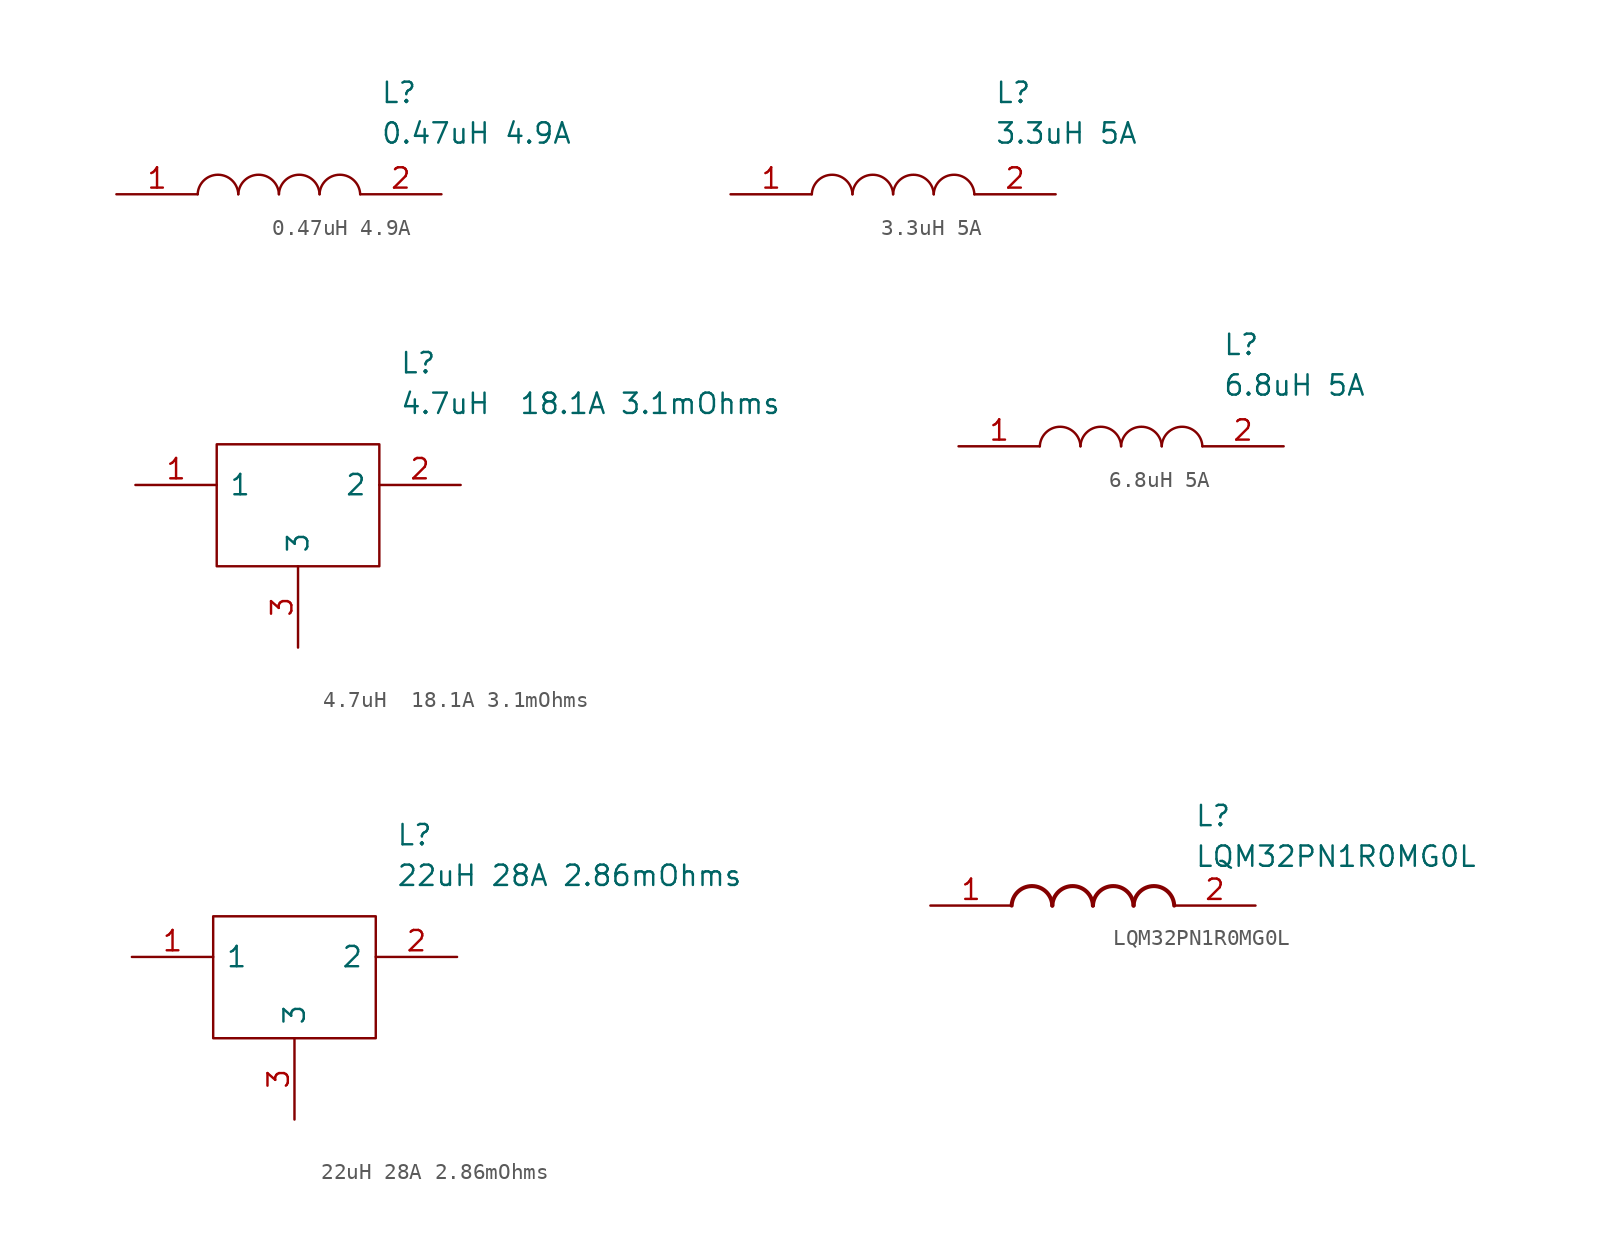
<source format=kicad_sym>
(kicad_symbol_lib
  (version 20220914)
  (generator kicad_symbol_editor)
  (symbol "0.47uH 4.9A"
    (pin_names
      (offset 0.762))
    (property "Reference" "L"
      (at 16.51 6.35 0)
      (effects (font (size 1.27 1.27)) (justify left)))
    (property "Value" "0.47uH 4.9A"
      (at 16.51 3.81 0)
      (effects (font (size 1.27 1.27)) (justify left)))
    (symbol "0.47uH 4.9A_0_0"
      (pin passive line (at 0 0 0) (length 5.08) (name "~" (effects (font (size 1.27 1.27)))) (number "1" (effects (font (size 1.27 1.27)))))
      (pin passive line (at 20.32 0 180) (length 5.08) (name "~" (effects (font (size 1.27 1.27)))) (number "2" (effects (font (size 1.27 1.27))))))
    (symbol "0.47uH 4.9A_0_1"
      (arc (start 7.62 0) (mid 6.35 1.2202) (end 5.08 0) (stroke (width 0.1524) (type default)) (fill (type none)))
      (arc (start 10.16 0) (mid 8.89 1.2202) (end 7.62 0) (stroke (width 0.1524) (type default)) (fill (type none)))
      (arc (start 12.7 0) (mid 11.43 1.2202) (end 10.16 0) (stroke (width 0.1524) (type default)) (fill (type none)))
      (arc (start 15.24 0) (mid 13.97 1.2202) (end 12.7 0) (stroke (width 0.1524) (type default)) (fill (type none)))))
  (symbol "3.3uH 5A"
    (pin_names
      (offset 0.762))
    (property "Reference" "L"
      (at 16.51 6.35 0)
      (effects (font (size 1.27 1.27)) (justify left)))
    (property "Value" "3.3uH 5A"
      (at 16.51 3.81 0)
      (effects (font (size 1.27 1.27)) (justify left)))
    (symbol "3.3uH 5A_0_0"
      (pin passive line (at 0 0 0) (length 5.08) (name "~" (effects (font (size 1.27 1.27)))) (number "1" (effects (font (size 1.27 1.27)))))
      (pin passive line (at 20.32 0 180) (length 5.08) (name "~" (effects (font (size 1.27 1.27)))) (number "2" (effects (font (size 1.27 1.27))))))
    (symbol "3.3uH 5A_0_1"
      (arc (start 7.62 0) (mid 6.35 1.2202) (end 5.08 0) (stroke (width 0.1524) (type default)) (fill (type none)))
      (arc (start 10.16 0) (mid 8.89 1.2202) (end 7.62 0) (stroke (width 0.1524) (type default)) (fill (type none)))
      (arc (start 12.7 0) (mid 11.43 1.2202) (end 10.16 0) (stroke (width 0.1524) (type default)) (fill (type none)))
      (arc (start 15.24 0) (mid 13.97 1.2202) (end 12.7 0) (stroke (width 0.1524) (type default)) (fill (type none)))))
  (symbol "4.7uH  18.1A 3.1mOhms"
    (pin_names
      (offset 0.762))
    (property "Reference" "L"
      (at 16.51 7.62 0)
      (effects (font (size 1.27 1.27)) (justify left)))
    (property "Value" "4.7uH  18.1A 3.1mOhms"
      (at 16.51 5.08 0)
      (effects (font (size 1.27 1.27)) (justify left)))
    (symbol "4.7uH  18.1A 3.1mOhms_0_0"
      (pin passive line (at 0 0 0) (length 5.08) (name "1" (effects (font (size 1.27 1.27)))) (number "1" (effects (font (size 1.27 1.27)))))
      (pin passive line (at 20.32 0 180) (length 5.08) (name "2" (effects (font (size 1.27 1.27)))) (number "2" (effects (font (size 1.27 1.27)))))
      (pin passive line (at 10.16 -10.16 90) (length 5.08) (name "3" (effects (font (size 1.27 1.27)))) (number "3" (effects (font (size 1.27 1.27))))))
    (symbol "4.7uH  18.1A 3.1mOhms_0_1"
      (polyline (pts (xy 5.08 2.54) (xy 15.24 2.54) (xy 15.24 -5.08) (xy 5.08 -5.08) (xy 5.08 2.54)) (stroke (width 0.152) (type default)) (fill (type none)))))
  (symbol "6.8uH 5A"
    (pin_names
      (offset 0.762))
    (property "Reference" "L"
      (at 16.51 6.35 0)
      (effects (font (size 1.27 1.27)) (justify left)))
    (property "Value" "6.8uH 5A"
      (at 16.51 3.81 0)
      (effects (font (size 1.27 1.27)) (justify left)))
    (symbol "6.8uH 5A_0_0"
      (pin passive line (at 0 0 0) (length 5.08) (name "~" (effects (font (size 1.27 1.27)))) (number "1" (effects (font (size 1.27 1.27)))))
      (pin passive line (at 20.32 0 180) (length 5.08) (name "~" (effects (font (size 1.27 1.27)))) (number "2" (effects (font (size 1.27 1.27))))))
    (symbol "6.8uH 5A_0_1"
      (arc (start 7.62 0) (mid 6.35 1.2202) (end 5.08 0) (stroke (width 0.1524) (type default)) (fill (type none)))
      (arc (start 10.16 0) (mid 8.89 1.2202) (end 7.62 0) (stroke (width 0.1524) (type default)) (fill (type none)))
      (arc (start 12.7 0) (mid 11.43 1.2202) (end 10.16 0) (stroke (width 0.1524) (type default)) (fill (type none)))
      (arc (start 15.24 0) (mid 13.97 1.2202) (end 12.7 0) (stroke (width 0.1524) (type default)) (fill (type none)))))
  (symbol "22uH 28A 2.86mOhms"
    (pin_names
      (offset 0.762))
    (property "Reference" "L"
      (at 16.51 7.62 0)
      (effects (font (size 1.27 1.27)) (justify left)))
    (property "Value" "22uH 28A 2.86mOhms"
      (at 16.51 5.08 0)
      (effects (font (size 1.27 1.27)) (justify left)))
    (symbol "22uH 28A 2.86mOhms_0_0"
      (pin passive line (at 0 0 0) (length 5.08) (name "1" (effects (font (size 1.27 1.27)))) (number "1" (effects (font (size 1.27 1.27)))))
      (pin passive line (at 20.32 0 180) (length 5.08) (name "2" (effects (font (size 1.27 1.27)))) (number "2" (effects (font (size 1.27 1.27)))))
      (pin passive line (at 10.16 -10.16 90) (length 5.08) (name "3" (effects (font (size 1.27 1.27)))) (number "3" (effects (font (size 1.27 1.27))))))
    (symbol "22uH 28A 2.86mOhms_0_1"
      (polyline (pts (xy 5.08 2.54) (xy 15.24 2.54) (xy 15.24 -5.08) (xy 5.08 -5.08) (xy 5.08 2.54)) (stroke (width 0.152) (type default)) (fill (type none)))))
  (symbol "LQM32PN1R0MG0L"
    (pin_names hide)
    (property "Reference" "L"
      (at 16.51 6.35 0)
      (effects (font (size 1.27 1.27)) (justify left top)))
    (property "Value" "LQM32PN1R0MG0L"
      (at 16.51 3.81 0)
      (effects (font (size 1.27 1.27)) (justify left top)))
    (symbol "LQM32PN1R0MG0L_1_1"
      (arc (start 7.62 0) (mid 6.35 1.219) (end 5.08 0) (stroke (width 0.254) (type default)) (fill (type none)))
      (arc (start 10.16 0) (mid 8.89 1.219) (end 7.62 0) (stroke (width 0.254) (type default)) (fill (type none)))
      (arc (start 12.7 0) (mid 11.43 1.219) (end 10.16 0) (stroke (width 0.254) (type default)) (fill (type none)))
      (arc (start 15.24 0) (mid 13.97 1.219) (end 12.7 0) (stroke (width 0.254) (type default)) (fill (type none)))
      (pin passive line (at 0 0 0) (length 5.08) (name "1" (effects (font (size 1.27 1.27)))) (number "1" (effects (font (size 1.27 1.27)))))
      (pin passive line (at 20.32 0 180) (length 5.08) (name "2" (effects (font (size 1.27 1.27)))) (number "2" (effects (font (size 1.27 1.27))))))))
</source>
